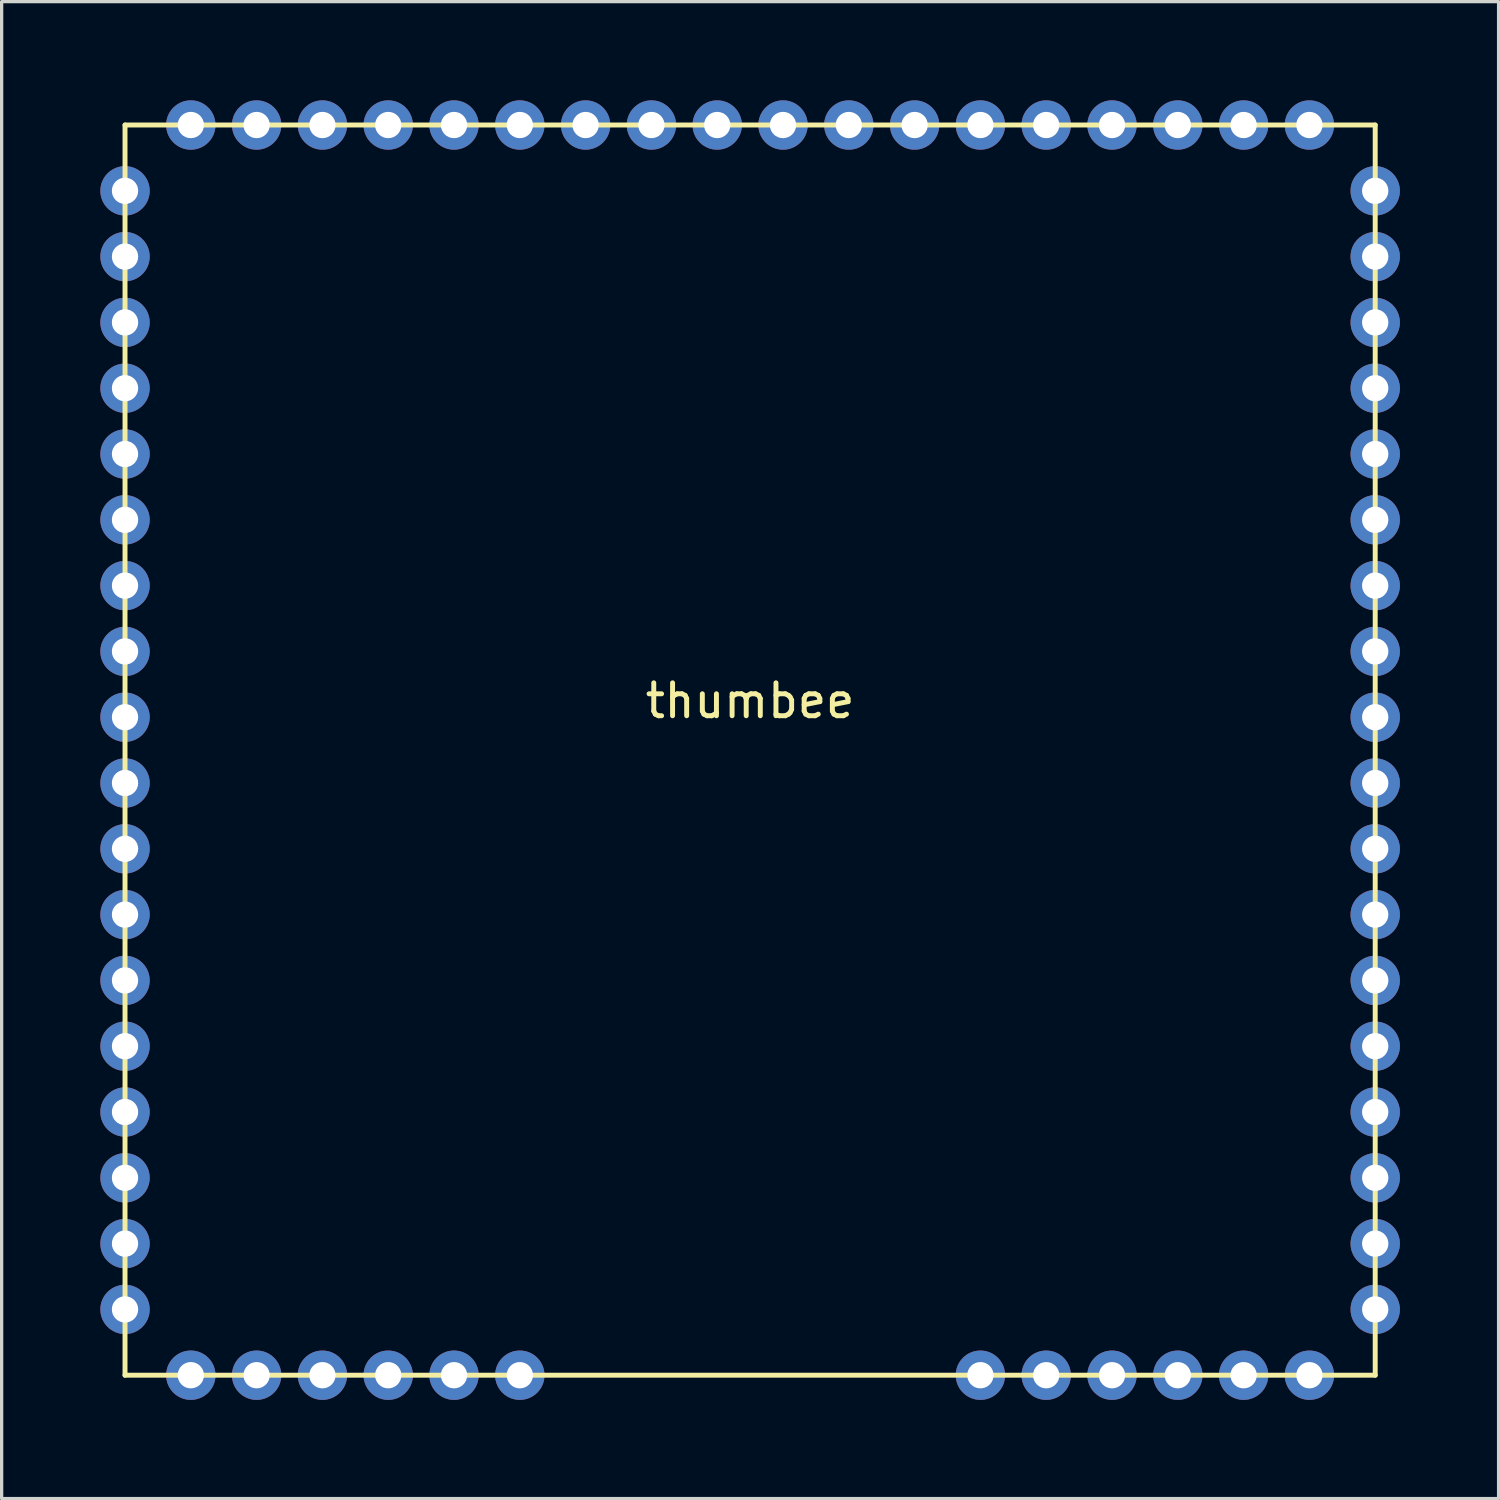
<source format=kicad_pcb>
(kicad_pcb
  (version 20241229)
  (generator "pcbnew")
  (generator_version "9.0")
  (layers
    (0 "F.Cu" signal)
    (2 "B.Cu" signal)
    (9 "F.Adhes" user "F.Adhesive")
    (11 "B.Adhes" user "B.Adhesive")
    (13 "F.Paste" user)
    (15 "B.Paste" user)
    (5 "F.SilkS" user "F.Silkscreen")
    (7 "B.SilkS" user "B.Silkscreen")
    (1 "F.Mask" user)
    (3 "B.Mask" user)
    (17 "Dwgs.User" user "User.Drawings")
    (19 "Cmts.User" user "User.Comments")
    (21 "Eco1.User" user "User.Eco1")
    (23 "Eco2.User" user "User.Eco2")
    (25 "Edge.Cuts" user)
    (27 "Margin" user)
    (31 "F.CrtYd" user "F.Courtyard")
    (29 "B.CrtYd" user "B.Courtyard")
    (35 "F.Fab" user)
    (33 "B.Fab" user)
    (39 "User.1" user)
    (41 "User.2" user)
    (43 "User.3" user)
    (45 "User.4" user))
  (footprint "thumbee"
    (layer "F.Cu")
    (at 19.75 19.75)
    (property "Reference" "thumbee" (at 0 -1.5 0) (layer "F.SilkS") (effects (font (size 1 1) (thickness 0.15))))
    (attr through_hole)
    (fp_line (start -19 -19) (end 19 -19) (stroke (width 0.15) (type solid)) (layer "F.SilkS"))
    (fp_line (start -19 19) (end -19 -19) (stroke (width 0.15) (type solid)) (layer "F.SilkS"))
    (fp_line (start 19 -19) (end 19 19) (stroke (width 0.15) (type solid)) (layer "F.SilkS"))
    (fp_line (start 19 19) (end -19 19) (stroke (width 0.15) (type solid)) (layer "F.SilkS"))
    (pad "1" thru_hole circle (at 17 -19) (size 1.5 1.5) (drill 0.8) (layers "*.Cu" "*.Mask"))
    (pad "2" thru_hole circle (at 15 -19) (size 1.5 1.5) (drill 0.8) (layers "*.Cu" "*.Mask"))
    (pad "3" thru_hole circle (at 13 -19) (size 1.5 1.5) (drill 0.8) (layers "*.Cu" "*.Mask"))
    (pad "4" thru_hole circle (at 11 -19) (size 1.5 1.5) (drill 0.8) (layers "*.Cu" "*.Mask"))
    (pad "5" thru_hole circle (at 9 -19) (size 1.5 1.5) (drill 0.8) (layers "*.Cu" "*.Mask"))
    (pad "6" thru_hole circle (at 7 -19) (size 1.5 1.5) (drill 0.8) (layers "*.Cu" "*.Mask"))
    (pad "7" thru_hole circle (at 5 -19) (size 1.5 1.5) (drill 0.8) (layers "*.Cu" "*.Mask"))
    (pad "8" thru_hole circle (at 3 -19) (size 1.5 1.5) (drill 0.8) (layers "*.Cu" "*.Mask"))
    (pad "9" thru_hole circle (at 1 -19) (size 1.5 1.5) (drill 0.8) (layers "*.Cu" "*.Mask"))
    (pad "10" thru_hole circle (at -1 -19) (size 1.5 1.5) (drill 0.8) (layers "*.Cu" "*.Mask"))
    (pad "11" thru_hole circle (at -3 -19) (size 1.5 1.5) (drill 0.8) (layers "*.Cu" "*.Mask"))
    (pad "12" thru_hole circle (at -5 -19) (size 1.5 1.5) (drill 0.8) (layers "*.Cu" "*.Mask"))
    (pad "13" thru_hole circle (at -7 -19) (size 1.5 1.5) (drill 0.8) (layers "*.Cu" "*.Mask"))
    (pad "14" thru_hole circle (at -9 -19) (size 1.5 1.5) (drill 0.8) (layers "*.Cu" "*.Mask"))
    (pad "15" thru_hole circle (at -11 -19) (size 1.5 1.5) (drill 0.8) (layers "*.Cu" "*.Mask"))
    (pad "16" thru_hole circle (at -13 -19) (size 1.5 1.5) (drill 0.8) (layers "*.Cu" "*.Mask"))
    (pad "17" thru_hole circle (at -15 -19) (size 1.5 1.5) (drill 0.8) (layers "*.Cu" "*.Mask"))
    (pad "18" thru_hole circle (at -17 -19) (size 1.5 1.5) (drill 0.8) (layers "*.Cu" "*.Mask"))
    (pad "19" thru_hole circle (at -19 -17) (size 1.5 1.5) (drill 0.8) (layers "*.Cu" "*.Mask"))
    (pad "20" thru_hole circle (at -19 -15) (size 1.5 1.5) (drill 0.8) (layers "*.Cu" "*.Mask"))
    (pad "21" thru_hole circle (at -19 -13) (size 1.5 1.5) (drill 0.8) (layers "*.Cu" "*.Mask"))
    (pad "22" thru_hole circle (at -19 -11) (size 1.5 1.5) (drill 0.8) (layers "*.Cu" "*.Mask"))
    (pad "23" thru_hole circle (at -19 -9) (size 1.5 1.5) (drill 0.8) (layers "*.Cu" "*.Mask"))
    (pad "24" thru_hole circle (at -19 -7) (size 1.5 1.5) (drill 0.8) (layers "*.Cu" "*.Mask"))
    (pad "25" thru_hole circle (at -19 -5) (size 1.5 1.5) (drill 0.8) (layers "*.Cu" "*.Mask"))
    (pad "26" thru_hole circle (at -19 -3) (size 1.5 1.5) (drill 0.8) (layers "*.Cu" "*.Mask"))
    (pad "27" thru_hole circle (at -19 -1) (size 1.5 1.5) (drill 0.8) (layers "*.Cu" "*.Mask"))
    (pad "28" thru_hole circle (at -19 1) (size 1.5 1.5) (drill 0.8) (layers "*.Cu" "*.Mask"))
    (pad "29" thru_hole circle (at -19 3) (size 1.5 1.5) (drill 0.8) (layers "*.Cu" "*.Mask"))
    (pad "30" thru_hole circle (at -19 5) (size 1.5 1.5) (drill 0.8) (layers "*.Cu" "*.Mask"))
    (pad "31" thru_hole circle (at -19 7) (size 1.5 1.5) (drill 0.8) (layers "*.Cu" "*.Mask"))
    (pad "32" thru_hole circle (at -19 9) (size 1.5 1.5) (drill 0.8) (layers "*.Cu" "*.Mask"))
    (pad "33" thru_hole circle (at -19 11) (size 1.5 1.5) (drill 0.8) (layers "*.Cu" "*.Mask"))
    (pad "34" thru_hole circle (at -19 13) (size 1.5 1.5) (drill 0.8) (layers "*.Cu" "*.Mask"))
    (pad "35" thru_hole circle (at -19 15) (size 1.5 1.5) (drill 0.8) (layers "*.Cu" "*.Mask"))
    (pad "36" thru_hole circle (at -19 17) (size 1.5 1.5) (drill 0.8) (layers "*.Cu" "*.Mask"))
    (pad "37" thru_hole circle (at -17 19) (size 1.5 1.5) (drill 0.8) (layers "*.Cu" "*.Mask"))
    (pad "38" thru_hole circle (at -15 19) (size 1.5 1.5) (drill 0.8) (layers "*.Cu" "*.Mask"))
    (pad "39" thru_hole circle (at -13 19) (size 1.5 1.5) (drill 0.8) (layers "*.Cu" "*.Mask"))
    (pad "40" thru_hole circle (at -11 19) (size 1.5 1.5) (drill 0.8) (layers "*.Cu" "*.Mask"))
    (pad "41" thru_hole circle (at -9 19) (size 1.5 1.5) (drill 0.8) (layers "*.Cu" "*.Mask"))
    (pad "42" thru_hole circle (at -7 19) (size 1.5 1.5) (drill 0.8) (layers "*.Cu" "*.Mask"))
    (pad "43" thru_hole circle (at 7 19) (size 1.5 1.5) (drill 0.8) (layers "*.Cu" "*.Mask"))
    (pad "44" thru_hole circle (at 9 19) (size 1.5 1.5) (drill 0.8) (layers "*.Cu" "*.Mask"))
    (pad "45" thru_hole circle (at 11 19) (size 1.5 1.5) (drill 0.8) (layers "*.Cu" "*.Mask"))
    (pad "46" thru_hole circle (at 13 19) (size 1.5 1.5) (drill 0.8) (layers "*.Cu" "*.Mask"))
    (pad "47" thru_hole circle (at 15 19) (size 1.5 1.5) (drill 0.8) (layers "*.Cu" "*.Mask"))
    (pad "48" thru_hole circle (at 17 19) (size 1.5 1.5) (drill 0.8) (layers "*.Cu" "*.Mask"))
    (pad "49" thru_hole circle (at 19 17) (size 1.5 1.5) (drill 0.8) (layers "*.Cu" "*.Mask"))
    (pad "50" thru_hole circle (at 19 15) (size 1.5 1.5) (drill 0.8) (layers "*.Cu" "*.Mask"))
    (pad "51" thru_hole circle (at 19 13) (size 1.5 1.5) (drill 0.8) (layers "*.Cu" "*.Mask"))
    (pad "52" thru_hole circle (at 19 11) (size 1.5 1.5) (drill 0.8) (layers "*.Cu" "*.Mask"))
    (pad "53" thru_hole circle (at 19 9) (size 1.5 1.5) (drill 0.8) (layers "*.Cu" "*.Mask"))
    (pad "54" thru_hole circle (at 19 7) (size 1.5 1.5) (drill 0.8) (layers "*.Cu" "*.Mask"))
    (pad "55" thru_hole circle (at 19 5) (size 1.5 1.5) (drill 0.8) (layers "*.Cu" "*.Mask"))
    (pad "56" thru_hole circle (at 19 3) (size 1.5 1.5) (drill 0.8) (layers "*.Cu" "*.Mask"))
    (pad "57" thru_hole circle (at 19 1) (size 1.5 1.5) (drill 0.8) (layers "*.Cu" "*.Mask"))
    (pad "58" thru_hole circle (at 19 -1) (size 1.5 1.5) (drill 0.8) (layers "*.Cu" "*.Mask"))
    (pad "59" thru_hole circle (at 19 -3) (size 1.5 1.5) (drill 0.8) (layers "*.Cu" "*.Mask"))
    (pad "60" thru_hole circle (at 19 -5) (size 1.5 1.5) (drill 0.8) (layers "*.Cu" "*.Mask"))
    (pad "61" thru_hole circle (at 19 -7) (size 1.5 1.5) (drill 0.8) (layers "*.Cu" "*.Mask"))
    (pad "62" thru_hole circle (at 19 -9) (size 1.5 1.5) (drill 0.8) (layers "*.Cu" "*.Mask"))
    (pad "63" thru_hole circle (at 19 -11) (size 1.5 1.5) (drill 0.8) (layers "*.Cu" "*.Mask"))
    (pad "64" thru_hole circle (at 19 -13) (size 1.5 1.5) (drill 0.8) (layers "*.Cu" "*.Mask"))
    (pad "65" thru_hole circle (at 19 -15) (size 1.5 1.5) (drill 0.8) (layers "*.Cu" "*.Mask"))
    (pad "66" thru_hole circle (at 19 -17) (size 1.5 1.5) (drill 0.8) (layers "*.Cu" "*.Mask")))
  (gr_rect
    (start -3 -3)
    (end 42.5 42.5)
    (stroke (width 0.1) (type default))
    (fill no)
    (layer "Edge.Cuts")))
</source>
